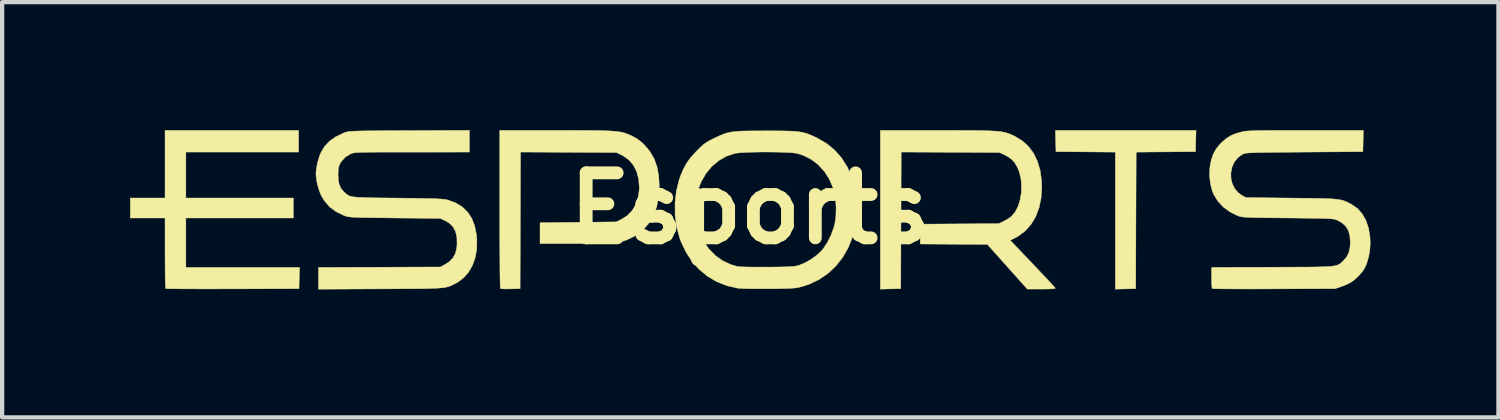
<source format=kicad_pcb>
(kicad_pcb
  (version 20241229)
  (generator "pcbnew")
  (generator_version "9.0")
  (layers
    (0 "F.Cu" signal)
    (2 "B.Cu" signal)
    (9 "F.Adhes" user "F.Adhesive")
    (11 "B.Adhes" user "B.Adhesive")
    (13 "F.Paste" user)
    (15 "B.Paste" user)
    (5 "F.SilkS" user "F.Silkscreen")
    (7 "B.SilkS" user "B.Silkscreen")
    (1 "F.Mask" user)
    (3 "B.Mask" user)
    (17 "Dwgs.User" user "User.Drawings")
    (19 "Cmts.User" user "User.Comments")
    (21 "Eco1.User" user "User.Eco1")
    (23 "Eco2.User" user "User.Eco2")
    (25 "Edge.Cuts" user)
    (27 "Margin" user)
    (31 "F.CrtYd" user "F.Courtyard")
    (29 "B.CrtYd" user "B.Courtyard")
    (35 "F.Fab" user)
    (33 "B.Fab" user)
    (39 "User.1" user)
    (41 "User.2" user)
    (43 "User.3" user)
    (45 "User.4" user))
  (footprint "Esports"
    (layer "F.Cu")
    (at 14.534 1.835)
    (property "Reference" "Esports" (at 0 0 0) (layer "F.SilkS") (effects (font (size 1.524 1.524) (thickness 0.3))))
    (attr through_hole)
    (fp_poly (pts (xy 10.44 -1.58) (xy 10.434 -1.331) (xy 9.738 -1.326) (xy 9.043 -1.32) (xy 9.037 0.28) (xy 9.032 1.88) (xy 8.793 1.885) (xy 8.555 1.891) (xy 8.555 -1.32) (xy 7.859 -1.326) (xy 7.163 -1.331) (xy 7.157 -1.58) (xy 7.151 -1.829) (xy 10.446 -1.829) (xy 10.44 -1.58)) (stroke (width 0.01) (type solid)) (fill yes) (layer "F.SilkS"))
    (fp_poly (pts (xy -10.587 -1.321) (xy -13.228 -1.321) (xy -13.228 -0.244) (xy -10.709 -0.244) (xy -10.709 0.224) (xy -13.228 0.224) (xy -13.228 1.382) (xy -10.565 1.382) (xy -10.577 1.88) (xy -12.133 1.885) (xy -12.381 1.885) (xy -12.617 1.886) (xy -12.838 1.886) (xy -13.041 1.885) (xy -13.222 1.885) (xy -13.38 1.884) (xy -13.509 1.882) (xy -13.608 1.881) (xy -13.673 1.879) (xy -13.701 1.877) (xy -13.702 1.876) (xy -13.705 1.854) (xy -13.708 1.795) (xy -13.711 1.704) (xy -13.713 1.586) (xy -13.714 1.444) (xy -13.715 1.284) (xy -13.716 1.11) (xy -13.716 1.043) (xy -13.716 0.224) (xy -14.529 0.224) (xy -14.529 -0.244) (xy -13.716 -0.244) (xy -13.716 -1.829) (xy -10.587 -1.829) (xy -10.587 -1.321)) (stroke (width 0.01) (type solid)) (fill yes) (layer "F.SilkS"))
    (fp_poly (pts (xy 4.675 -1.829) (xy 4.923 -1.828) (xy 5.137 -1.827) (xy 5.32 -1.826) (xy 5.475 -1.823) (xy 5.605 -1.819) (xy 5.715 -1.813) (xy 5.806 -1.806) (xy 5.882 -1.797) (xy 5.947 -1.786) (xy 6.003 -1.772) (xy 6.054 -1.755) (xy 6.103 -1.736) (xy 6.154 -1.713) (xy 6.19 -1.696) (xy 6.368 -1.589) (xy 6.518 -1.454) (xy 6.64 -1.291) (xy 6.731 -1.1) (xy 6.794 -0.883) (xy 6.826 -0.64) (xy 6.831 -0.488) (xy 6.814 -0.241) (xy 6.766 -0.014) (xy 6.689 0.19) (xy 6.582 0.369) (xy 6.447 0.522) (xy 6.285 0.646) (xy 6.182 0.702) (xy 6.091 0.747) (xy 6.617 1.298) (xy 6.735 1.423) (xy 6.845 1.539) (xy 6.943 1.643) (xy 7.025 1.732) (xy 7.089 1.801) (xy 7.131 1.848) (xy 7.149 1.869) (xy 7.149 1.87) (xy 7.132 1.878) (xy 7.078 1.884) (xy 6.989 1.888) (xy 6.869 1.889) (xy 6.824 1.889) (xy 6.492 1.889) (xy 6.024 1.366) (xy 5.556 0.843) (xy 4.769 0.838) (xy 3.983 0.833) (xy 3.983 0.368) (xy 4.902 0.362) (xy 5.822 0.356) (xy 5.934 0.303) (xy 6.011 0.261) (xy 6.086 0.212) (xy 6.122 0.184) (xy 6.207 0.084) (xy 6.274 -0.045) (xy 6.322 -0.195) (xy 6.35 -0.359) (xy 6.357 -0.529) (xy 6.342 -0.698) (xy 6.304 -0.857) (xy 6.26 -0.965) (xy 6.198 -1.072) (xy 6.124 -1.153) (xy 6.027 -1.22) (xy 5.954 -1.258) (xy 5.842 -1.311) (xy 4.689 -1.317) (xy 3.536 -1.322) (xy 3.531 0.279) (xy 3.526 1.88) (xy 3.287 1.885) (xy 3.048 1.891) (xy 3.048 -1.829) (xy 4.39 -1.829) (xy 4.675 -1.829)) (stroke (width 0.01) (type solid)) (fill yes) (layer "F.SilkS"))
    (fp_poly (pts (xy -4.268 -1.829) (xy -4.022 -1.828) (xy -3.81 -1.827) (xy -3.629 -1.826) (xy -3.476 -1.823) (xy -3.347 -1.819) (xy -3.239 -1.813) (xy -3.148 -1.805) (xy -3.073 -1.796) (xy -3.008 -1.784) (xy -2.952 -1.77) (xy -2.9 -1.752) (xy -2.85 -1.732) (xy -2.797 -1.708) (xy -2.764 -1.692) (xy -2.647 -1.627) (xy -2.54 -1.544) (xy -2.477 -1.483) (xy -2.35 -1.332) (xy -2.254 -1.165) (xy -2.187 -0.977) (xy -2.147 -0.765) (xy -2.134 -0.526) (xy -2.134 -0.518) (xy -2.15 -0.262) (xy -2.197 -0.031) (xy -2.275 0.176) (xy -2.384 0.356) (xy -2.522 0.51) (xy -2.69 0.636) (xy -2.887 0.734) (xy -3.048 0.787) (xy -3.085 0.796) (xy -3.126 0.803) (xy -3.176 0.809) (xy -3.239 0.813) (xy -3.32 0.817) (xy -3.421 0.819) (xy -3.548 0.821) (xy -3.704 0.822) (xy -3.894 0.822) (xy -4.054 0.823) (xy -4.928 0.823) (xy -4.928 0.335) (xy -3.139 0.315) (xy -3.026 0.259) (xy -2.881 0.167) (xy -2.765 0.046) (xy -2.679 -0.1) (xy -2.624 -0.268) (xy -2.601 -0.458) (xy -2.601 -0.491) (xy -2.617 -0.69) (xy -2.664 -0.865) (xy -2.741 -1.016) (xy -2.848 -1.14) (xy -2.983 -1.236) (xy -3.025 -1.257) (xy -3.139 -1.311) (xy -5.385 -1.322) (xy -5.395 1.88) (xy -5.62 1.885) (xy -5.711 1.886) (xy -5.788 1.885) (xy -5.84 1.881) (xy -5.858 1.877) (xy -5.86 1.855) (xy -5.862 1.795) (xy -5.864 1.701) (xy -5.866 1.574) (xy -5.868 1.418) (xy -5.869 1.236) (xy -5.87 1.031) (xy -5.871 0.806) (xy -5.872 0.562) (xy -5.872 0.304) (xy -5.872 0.035) (xy -5.872 -1.829) (xy -4.551 -1.829) (xy -4.268 -1.829)) (stroke (width 0.01) (type solid)) (fill yes) (layer "F.SilkS"))
    (fp_poly (pts (xy -6.584 -1.321) (xy -7.93 -1.32) (xy -8.197 -1.32) (xy -8.426 -1.32) (xy -8.621 -1.32) (xy -8.785 -1.319) (xy -8.92 -1.318) (xy -9.03 -1.316) (xy -9.118 -1.314) (xy -9.187 -1.311) (xy -9.24 -1.308) (xy -9.28 -1.303) (xy -9.311 -1.298) (xy -9.334 -1.292) (xy -9.354 -1.284) (xy -9.368 -1.279) (xy -9.491 -1.203) (xy -9.585 -1.1) (xy -9.618 -1.046) (xy -9.64 -0.995) (xy -9.653 -0.938) (xy -9.66 -0.862) (xy -9.661 -0.782) (xy -9.654 -0.651) (xy -9.631 -0.549) (xy -9.589 -0.464) (xy -9.523 -0.389) (xy -9.517 -0.383) (xy -9.487 -0.356) (xy -9.46 -0.332) (xy -9.433 -0.313) (xy -9.402 -0.296) (xy -9.363 -0.284) (xy -9.312 -0.273) (xy -9.248 -0.265) (xy -9.165 -0.259) (xy -9.06 -0.255) (xy -8.93 -0.251) (xy -8.771 -0.248) (xy -8.58 -0.246) (xy -8.353 -0.244) (xy -8.26 -0.243) (xy -8.019 -0.24) (xy -7.816 -0.237) (xy -7.646 -0.234) (xy -7.506 -0.231) (xy -7.393 -0.228) (xy -7.302 -0.224) (xy -7.231 -0.219) (xy -7.176 -0.214) (xy -7.133 -0.208) (xy -7.099 -0.2) (xy -7.086 -0.197) (xy -6.901 -0.127) (xy -6.746 -0.032) (xy -6.622 0.089) (xy -6.526 0.236) (xy -6.459 0.412) (xy -6.418 0.618) (xy -6.408 0.732) (xy -6.411 0.945) (xy -6.445 1.145) (xy -6.509 1.327) (xy -6.599 1.487) (xy -6.715 1.622) (xy -6.854 1.727) (xy -6.884 1.743) (xy -6.931 1.768) (xy -6.973 1.79) (xy -7.012 1.809) (xy -7.053 1.824) (xy -7.098 1.838) (xy -7.15 1.849) (xy -7.212 1.858) (xy -7.287 1.865) (xy -7.38 1.87) (xy -7.492 1.874) (xy -7.626 1.878) (xy -7.787 1.88) (xy -7.976 1.881) (xy -8.198 1.883) (xy -8.454 1.884) (xy -8.672 1.885) (xy -10.119 1.892) (xy -10.119 1.383) (xy -7.264 1.372) (xy -7.173 1.324) (xy -7.052 1.246) (xy -6.965 1.156) (xy -6.908 1.046) (xy -6.878 0.911) (xy -6.873 0.843) (xy -6.876 0.677) (xy -6.908 0.54) (xy -6.968 0.428) (xy -7.059 0.34) (xy -7.149 0.288) (xy -7.264 0.234) (xy -8.331 0.223) (xy -8.567 0.22) (xy -8.766 0.218) (xy -8.931 0.216) (xy -9.067 0.213) (xy -9.176 0.211) (xy -9.263 0.207) (xy -9.331 0.204) (xy -9.384 0.199) (xy -9.425 0.193) (xy -9.457 0.186) (xy -9.486 0.178) (xy -9.513 0.169) (xy -9.518 0.167) (xy -9.703 0.078) (xy -9.858 -0.037) (xy -9.982 -0.18) (xy -10.062 -0.317) (xy -10.11 -0.44) (xy -10.149 -0.58) (xy -10.173 -0.717) (xy -10.18 -0.813) (xy -10.169 -0.935) (xy -10.142 -1.074) (xy -10.101 -1.212) (xy -10.062 -1.31) (xy -9.976 -1.454) (xy -9.862 -1.576) (xy -9.718 -1.678) (xy -9.538 -1.765) (xy -9.511 -1.775) (xy -9.488 -1.784) (xy -9.464 -1.791) (xy -9.437 -1.797) (xy -9.403 -1.802) (xy -9.359 -1.806) (xy -9.301 -1.81) (xy -9.228 -1.813) (xy -9.136 -1.816) (xy -9.022 -1.818) (xy -8.883 -1.819) (xy -8.715 -1.821) (xy -8.516 -1.822) (xy -8.283 -1.823) (xy -8.012 -1.824) (xy -7.991 -1.824) (xy -6.584 -1.83) (xy -6.584 -1.321)) (stroke (width 0.01) (type solid)) (fill yes) (layer "F.SilkS"))
    (fp_poly (pts (xy 0.576 -1.818) (xy 0.75 -1.817) (xy 0.894 -1.814) (xy 1.014 -1.809) (xy 1.113 -1.8) (xy 1.199 -1.787) (xy 1.275 -1.77) (xy 1.347 -1.747) (xy 1.42 -1.718) (xy 1.5 -1.682) (xy 1.575 -1.646) (xy 1.789 -1.521) (xy 1.978 -1.366) (xy 2.139 -1.183) (xy 2.272 -0.973) (xy 2.376 -0.74) (xy 2.448 -0.485) (xy 2.488 -0.211) (xy 2.493 -0.138) (xy 2.491 0.153) (xy 2.455 0.431) (xy 2.387 0.691) (xy 2.288 0.933) (xy 2.16 1.154) (xy 2.004 1.35) (xy 1.822 1.521) (xy 1.616 1.662) (xy 1.387 1.773) (xy 1.209 1.832) (xy 1.159 1.844) (xy 1.109 1.855) (xy 1.055 1.863) (xy 0.99 1.869) (xy 0.91 1.873) (xy 0.808 1.876) (xy 0.678 1.879) (xy 0.516 1.881) (xy 0.437 1.881) (xy 0.277 1.882) (xy 0.124 1.882) (xy -0.015 1.88) (xy -0.134 1.877) (xy -0.227 1.874) (xy -0.286 1.869) (xy -0.295 1.868) (xy -0.55 1.81) (xy -0.787 1.716) (xy -1.004 1.588) (xy -1.197 1.429) (xy -1.367 1.238) (xy -1.511 1.018) (xy -1.627 0.771) (xy -1.658 0.685) (xy -1.727 0.423) (xy -1.763 0.149) (xy -1.763 0.049) (xy -1.28 0.049) (xy -1.268 0.234) (xy -1.251 0.347) (xy -1.187 0.571) (xy -1.092 0.773) (xy -0.969 0.952) (xy -0.819 1.104) (xy -0.647 1.227) (xy -0.453 1.317) (xy -0.295 1.362) (xy -0.254 1.366) (xy -0.179 1.369) (xy -0.074 1.372) (xy 0.053 1.374) (xy 0.198 1.375) (xy 0.354 1.374) (xy 0.406 1.374) (xy 0.583 1.373) (xy 0.725 1.371) (xy 0.837 1.368) (xy 0.923 1.365) (xy 0.991 1.36) (xy 1.044 1.354) (xy 1.088 1.346) (xy 1.128 1.335) (xy 1.162 1.324) (xy 1.294 1.268) (xy 1.43 1.189) (xy 1.558 1.096) (xy 1.665 0.997) (xy 1.7 0.957) (xy 1.802 0.805) (xy 1.891 0.63) (xy 1.957 0.448) (xy 1.983 0.347) (xy 2.006 0.173) (xy 2.011 -0.015) (xy 1.999 -0.202) (xy 1.97 -0.376) (xy 1.942 -0.477) (xy 1.852 -0.687) (xy 1.734 -0.871) (xy 1.59 -1.027) (xy 1.424 -1.153) (xy 1.239 -1.245) (xy 1.095 -1.29) (xy 1.027 -1.3) (xy 0.926 -1.309) (xy 0.798 -1.315) (xy 0.651 -1.32) (xy 0.491 -1.322) (xy 0.326 -1.323) (xy 0.163 -1.321) (xy 0.008 -1.318) (xy -0.131 -1.312) (xy -0.247 -1.305) (xy -0.333 -1.295) (xy -0.364 -1.29) (xy -0.562 -1.223) (xy -0.742 -1.12) (xy -0.902 -0.986) (xy -1.039 -0.821) (xy -1.149 -0.63) (xy -1.21 -0.477) (xy -1.25 -0.321) (xy -1.273 -0.14) (xy -1.28 0.049) (xy -1.763 0.049) (xy -1.764 -0.13) (xy -1.733 -0.406) (xy -1.668 -0.669) (xy -1.639 -0.753) (xy -1.575 -0.907) (xy -1.507 -1.037) (xy -1.426 -1.156) (xy -1.323 -1.276) (xy -1.249 -1.354) (xy -1.165 -1.437) (xy -1.096 -1.498) (xy -1.03 -1.546) (xy -0.956 -1.59) (xy -0.863 -1.637) (xy -0.853 -1.642) (xy -0.761 -1.685) (xy -0.681 -1.721) (xy -0.607 -1.75) (xy -0.534 -1.772) (xy -0.457 -1.789) (xy -0.37 -1.801) (xy -0.268 -1.81) (xy -0.146 -1.815) (xy 0.002 -1.817) (xy 0.181 -1.818) (xy 0.366 -1.819) (xy 0.576 -1.818)) (stroke (width 0.01) (type solid)) (fill yes) (layer "F.SilkS"))
    (fp_poly (pts (xy 14.356 -1.331) (xy 12.984 -1.321) (xy 12.715 -1.319) (xy 12.483 -1.317) (xy 12.286 -1.315) (xy 12.12 -1.313) (xy 11.983 -1.311) (xy 11.872 -1.309) (xy 11.782 -1.306) (xy 11.713 -1.303) (xy 11.659 -1.3) (xy 11.619 -1.295) (xy 11.59 -1.29) (xy 11.567 -1.283) (xy 11.549 -1.276) (xy 11.532 -1.267) (xy 11.529 -1.266) (xy 11.421 -1.187) (xy 11.341 -1.085) (xy 11.288 -0.966) (xy 11.263 -0.838) (xy 11.265 -0.707) (xy 11.295 -0.58) (xy 11.353 -0.463) (xy 11.439 -0.364) (xy 11.522 -0.305) (xy 11.613 -0.254) (xy 12.68 -0.243) (xy 12.925 -0.24) (xy 13.133 -0.238) (xy 13.308 -0.235) (xy 13.454 -0.231) (xy 13.575 -0.227) (xy 13.673 -0.221) (xy 13.754 -0.213) (xy 13.821 -0.203) (xy 13.877 -0.19) (xy 13.926 -0.174) (xy 13.972 -0.155) (xy 14.02 -0.132) (xy 14.072 -0.105) (xy 14.088 -0.096) (xy 14.227 -0.00034) (xy 14.34 0.126) (xy 14.428 0.282) (xy 14.489 0.464) (xy 14.522 0.671) (xy 14.528 0.815) (xy 14.519 0.973) (xy 14.491 1.134) (xy 14.448 1.283) (xy 14.406 1.383) (xy 14.345 1.477) (xy 14.26 1.577) (xy 14.163 1.667) (xy 14.085 1.725) (xy 14.015 1.763) (xy 13.926 1.802) (xy 13.848 1.832) (xy 13.706 1.879) (xy 12.272 1.885) (xy 12.035 1.886) (xy 11.809 1.887) (xy 11.598 1.887) (xy 11.406 1.886) (xy 11.236 1.885) (xy 11.09 1.884) (xy 10.973 1.883) (xy 10.888 1.881) (xy 10.838 1.879) (xy 10.825 1.877) (xy 10.819 1.852) (xy 10.814 1.795) (xy 10.811 1.715) (xy 10.81 1.623) (xy 10.81 1.383) (xy 12.238 1.377) (xy 12.52 1.376) (xy 12.764 1.375) (xy 12.974 1.374) (xy 13.152 1.373) (xy 13.301 1.37) (xy 13.424 1.367) (xy 13.525 1.363) (xy 13.606 1.357) (xy 13.67 1.349) (xy 13.72 1.34) (xy 13.76 1.328) (xy 13.791 1.314) (xy 13.818 1.298) (xy 13.842 1.278) (xy 13.868 1.255) (xy 13.888 1.237) (xy 13.973 1.143) (xy 14.028 1.033) (xy 14.056 0.899) (xy 14.061 0.792) (xy 14.05 0.637) (xy 14.014 0.512) (xy 13.951 0.411) (xy 13.857 0.33) (xy 13.767 0.28) (xy 13.744 0.27) (xy 13.72 0.261) (xy 13.694 0.254) (xy 13.66 0.248) (xy 13.616 0.243) (xy 13.558 0.239) (xy 13.482 0.236) (xy 13.384 0.233) (xy 13.262 0.231) (xy 13.111 0.229) (xy 12.929 0.227) (xy 12.711 0.224) (xy 12.598 0.223) (xy 12.363 0.221) (xy 12.165 0.219) (xy 12 0.217) (xy 11.865 0.214) (xy 11.756 0.212) (xy 11.669 0.209) (xy 11.602 0.205) (xy 11.55 0.201) (xy 11.51 0.195) (xy 11.478 0.188) (xy 11.45 0.18) (xy 11.424 0.17) (xy 11.41 0.165) (xy 11.235 0.077) (xy 11.082 -0.037) (xy 10.956 -0.174) (xy 10.862 -0.327) (xy 10.834 -0.391) (xy 10.786 -0.566) (xy 10.763 -0.755) (xy 10.768 -0.938) (xy 10.771 -0.966) (xy 10.804 -1.138) (xy 10.853 -1.281) (xy 10.924 -1.405) (xy 11.021 -1.52) (xy 11.059 -1.558) (xy 11.158 -1.642) (xy 11.259 -1.705) (xy 11.374 -1.754) (xy 11.496 -1.789) (xy 11.528 -1.797) (xy 11.562 -1.804) (xy 11.6 -1.81) (xy 11.646 -1.814) (xy 11.703 -1.818) (xy 11.775 -1.821) (xy 11.863 -1.824) (xy 11.972 -1.826) (xy 12.105 -1.827) (xy 12.265 -1.828) (xy 12.456 -1.828) (xy 12.679 -1.829) (xy 12.94 -1.829) (xy 13.009 -1.829) (xy 14.367 -1.829) (xy 14.356 -1.331)) (stroke (width 0.01) (type solid)) (fill yes) (layer "F.SilkS")))
  (gr_rect
    (start -3 -3)
    (end 32.067 6.732)
    (stroke (width 0.1) (type default))
    (fill no)
    (layer "Edge.Cuts")))
</source>
